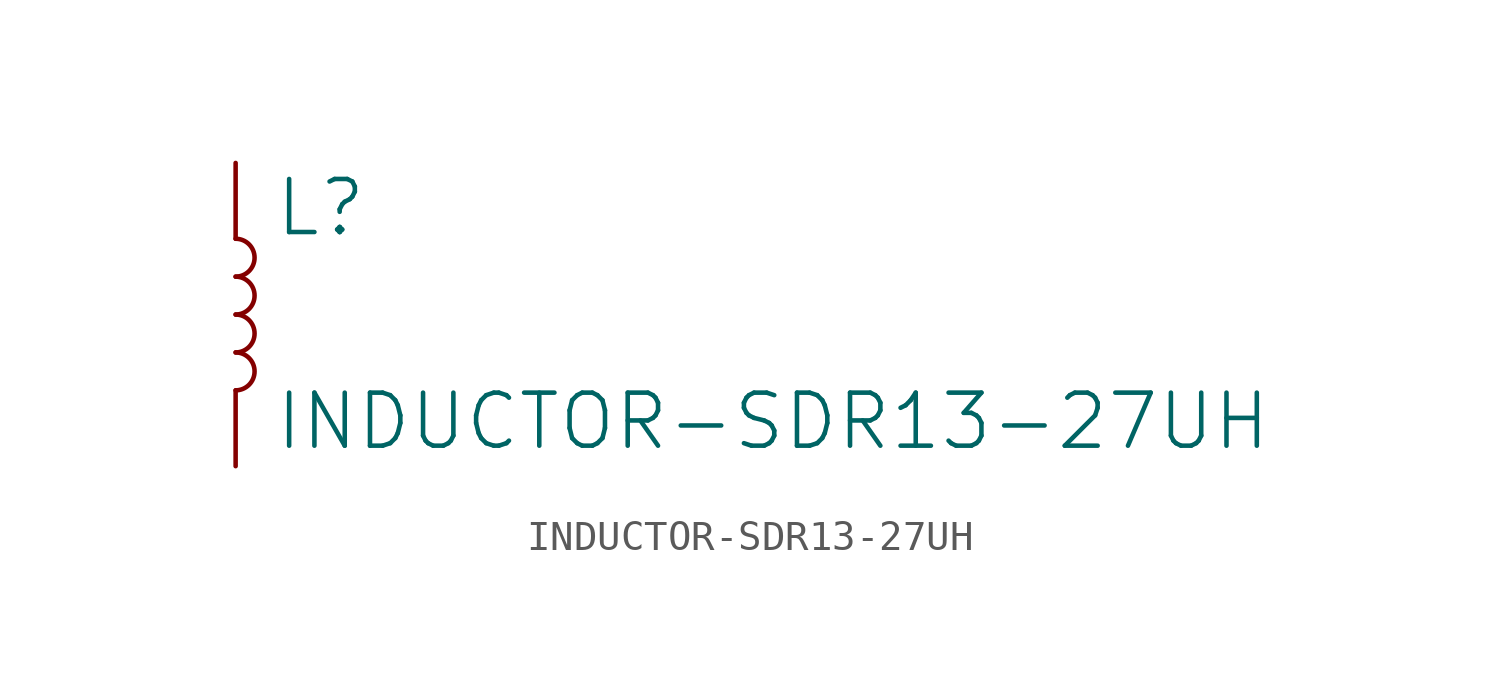
<source format=kicad_sym>
(kicad_symbol_lib
  (version 20210619)
  (generator kicad_symbol_editor)
  (symbol "INDUCTOR-SDR13-27UH"
    (property "Reference" "L"
      (at 1.27 2.54 0)
      (effects (font (size 1.778 1.778)) (justify left bottom)))
    (property "Value" "INDUCTOR-SDR13-27UH"
      (at 1.27 -2.54 0)
      (effects (font (size 1.778 1.778)) (justify left top)))
    (property "ki_locked" ""
      (at 0 0 0)
      (effects (font (size 1.27 1.27))))
    (symbol "INDUCTOR-SDR13-27UH_1_0"
      (arc (start 0 -2.54) (end 0 -1.27) (radius (at 0 -1.905) (length 0.635) (angles -89.9 89.9)) (stroke (width 0.1524)) (fill (type none)))
      (arc (start 0 -1.27) (end 0 0) (radius (at 0 -0.635) (length 0.635) (angles -89.9 89.9)) (stroke (width 0.1524)) (fill (type none)))
      (arc (start 0 0) (end 0 1.27) (radius (at 0 0.635) (length 0.635) (angles -89.9 89.9)) (stroke (width 0.1524)) (fill (type none)))
      (arc (start 0 1.27) (end 0 2.54) (radius (at 0 1.905) (length 0.635) (angles -89.9 89.9)) (stroke (width 0.1524)) (fill (type none)))
      (pin passive line (at 0 5.08 270) (length 2.54) (name "1" (effects (font (size 0 0)))) (number "P$1" (effects (font (size 0 0)))))
      (pin passive line (at 0 -5.08 90) (length 2.54) (name "2" (effects (font (size 0 0)))) (number "P$2" (effects (font (size 0 0))))))))
</source>
